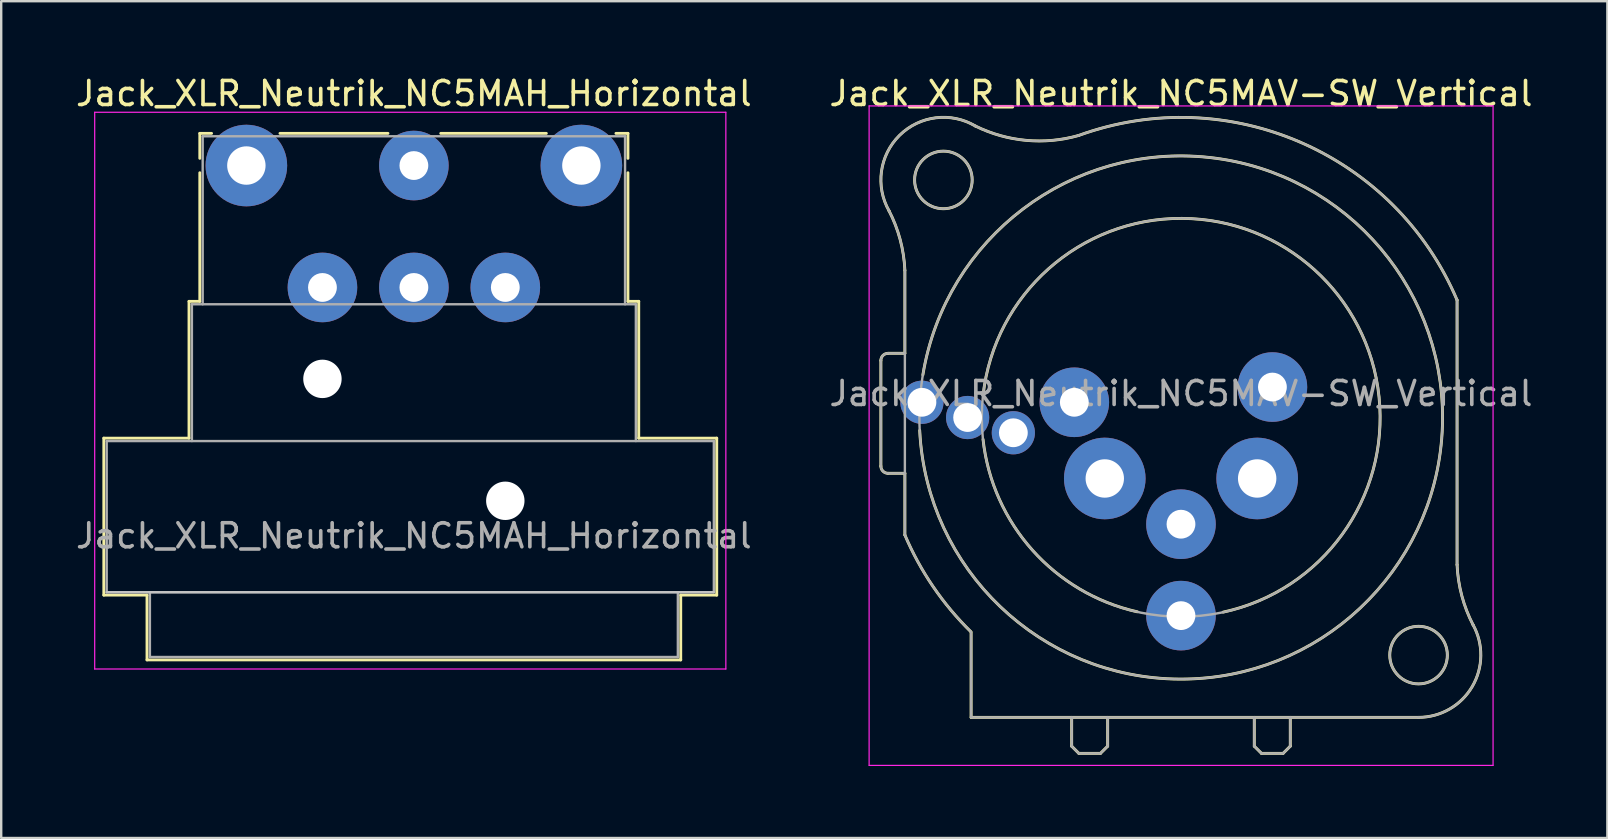
<source format=kicad_pcb>
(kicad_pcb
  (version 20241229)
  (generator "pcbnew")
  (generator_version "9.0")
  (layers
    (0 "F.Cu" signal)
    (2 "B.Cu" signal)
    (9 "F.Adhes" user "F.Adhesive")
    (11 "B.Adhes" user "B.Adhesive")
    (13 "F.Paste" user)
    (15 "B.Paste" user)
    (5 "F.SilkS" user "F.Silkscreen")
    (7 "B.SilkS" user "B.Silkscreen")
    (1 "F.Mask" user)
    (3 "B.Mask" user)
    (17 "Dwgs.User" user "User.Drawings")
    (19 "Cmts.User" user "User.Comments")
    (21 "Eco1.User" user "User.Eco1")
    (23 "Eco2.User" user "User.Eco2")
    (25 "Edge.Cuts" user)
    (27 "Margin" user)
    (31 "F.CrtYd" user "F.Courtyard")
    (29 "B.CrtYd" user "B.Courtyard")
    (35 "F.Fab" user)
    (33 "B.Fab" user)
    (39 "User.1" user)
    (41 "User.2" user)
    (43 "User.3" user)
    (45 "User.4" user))
  (footprint "Jack_XLR_Neutrik_NC5MAV-SW_Vertical"
    (layer "F.Cu")
    (at 41.716 13.713)
    (property "Reference" "Jack_XLR_Neutrik_NC5MAV-SW_Vertical" (at 4.445 -12.865 0) (layer "F.SilkS") (effects (font (size 1 1) (thickness 0.15))))
    (attr through_hole)
    (fp_line (start -8.06 -1.74) (end -8.06 2.66) (stroke (width 0.12) (type solid)) (layer "F.SilkS"))
    (fp_line (start -7.76 2.96) (end -7.06 2.96) (stroke (width 0.12) (type solid)) (layer "F.SilkS"))
    (fp_line (start -7.06 -5.5) (end -7.06 -2.04) (stroke (width 0.12) (type solid)) (layer "F.SilkS"))
    (fp_line (start -7.06 -2.04) (end -7.76 -2.04) (stroke (width 0.12) (type solid)) (layer "F.SilkS"))
    (fp_line (start -7.06 2.96) (end -7.06 5.53) (stroke (width 0.12) (type solid)) (layer "F.SilkS"))
    (fp_line (start -4.3 9.58) (end -4.3 13.13) (stroke (width 0.12) (type solid)) (layer "F.SilkS"))
    (fp_line (start -0.11 13.13) (end -0.11 14.33) (stroke (width 0.12) (type solid)) (layer "F.SilkS"))
    (fp_line (start -0.11 14.33) (end 0.19 14.63) (stroke (width 0.12) (type solid)) (layer "F.SilkS"))
    (fp_line (start 0.19 14.63) (end 1.09 14.63) (stroke (width 0.12) (type solid)) (layer "F.SilkS"))
    (fp_line (start 1.39 13.13) (end 1.39 14.33) (stroke (width 0.12) (type solid)) (layer "F.SilkS"))
    (fp_line (start 1.39 14.33) (end 1.09 14.63) (stroke (width 0.12) (type solid)) (layer "F.SilkS"))
    (fp_line (start 7.5 13.13) (end 7.5 14.33) (stroke (width 0.12) (type solid)) (layer "F.SilkS"))
    (fp_line (start 7.5 14.33) (end 7.8 14.63) (stroke (width 0.12) (type solid)) (layer "F.SilkS"))
    (fp_line (start 8.7 14.63) (end 7.8 14.63) (stroke (width 0.12) (type solid)) (layer "F.SilkS"))
    (fp_line (start 9 13.13) (end 9 14.33) (stroke (width 0.12) (type solid)) (layer "F.SilkS"))
    (fp_line (start 9 14.33) (end 8.7 14.63) (stroke (width 0.12) (type solid)) (layer "F.SilkS"))
    (fp_line (start 14.34 13.13) (end -4.3 13.13) (stroke (width 0.12) (type solid)) (layer "F.SilkS"))
    (fp_line (start 15.95 6.77) (end 15.95 -4.26) (stroke (width 0.12) (type solid)) (layer "F.SilkS"))
    (fp_arc (start -8.06 -1.74) (mid -7.972132 -1.952132) (end -7.76 -2.04) (stroke (width 0.12) (type solid)) (layer "F.SilkS"))
    (fp_arc (start -7.76 2.96) (mid -7.972132 2.872132) (end -8.06 2.66) (stroke (width 0.12) (type solid)) (layer "F.SilkS"))
    (fp_arc (start -7.723487 -7.985205) (mid -7.256205 -6.778788) (end -7.06 -5.5) (stroke (width 0.12) (type solid)) (layer "F.SilkS"))
    (fp_arc (start -7.715328 -7.969927) (mid -7.280775 -11.124351) (end -4.12 -11.51) (stroke (width 0.12) (type solid)) (layer "F.SilkS"))
    (fp_arc (start -6.31 -1.14) (mid 15.327723 1.25708) (end -6.442209 1.172885) (stroke (width 0.12) (type solid)) (layer "F.SilkS"))
    (fp_arc (start -4.310999 9.560163) (mid -5.883968 7.680458) (end -7.06 5.53) (stroke (width 0.12) (type solid)) (layer "F.SilkS"))
    (fp_arc (start -3.8 -0.3) (mid 10.010227 -5.519876) (end 6.202812 8.744522) (stroke (width 0.12) (type solid)) (layer "F.SilkS"))
    (fp_arc (start 0.17934 -11.11788) (mid 9.430944 -10.83088) (end 15.95 -4.26) (stroke (width 0.12) (type solid)) (layer "F.SilkS"))
    (fp_arc (start 0.179944 -11.117415) (mid -2.006497 -10.914263) (end -4.12 -11.51) (stroke (width 0.12) (type solid)) (layer "F.SilkS"))
    (fp_arc (start 2.62 8.73) (mid -1.741551 6.165482) (end -3.803135 1.544903) (stroke (width 0.12) (type solid)) (layer "F.SilkS"))
    (fp_arc (start 16.614011 9.269495) (mid 16.580236 11.8496) (end 14.34 13.13) (stroke (width 0.12) (type solid)) (layer "F.SilkS"))
    (fp_arc (start 16.619064 9.280467) (mid 16.147616 8.061723) (end 15.95 6.77) (stroke (width 0.12) (type solid)) (layer "F.SilkS"))
    (fp_circle (center -5.455 -9.265) (end -4.255 -9.265) (stroke (width 0.12) (type solid)) (fill no) (layer "F.SilkS"))
    (fp_circle (center 14.345 10.535) (end 15.545 10.535) (stroke (width 0.12) (type solid)) (fill no) (layer "F.SilkS"))
    (fp_line (start -8.55 -12.35) (end 17.45 -12.35) (stroke (width 0.05) (type solid)) (layer "F.CrtYd"))
    (fp_line (start -8.55 15.13) (end -8.55 -12.35) (stroke (width 0.05) (type solid)) (layer "F.CrtYd"))
    (fp_line (start 17.45 -12.35) (end 17.45 15.13) (stroke (width 0.05) (type solid)) (layer "F.CrtYd"))
    (fp_line (start 17.45 15.13) (end -8.55 15.13) (stroke (width 0.05) (type solid)) (layer "F.CrtYd"))
    (fp_line (start -8.06 -1.74) (end -8.06 2.66) (stroke (width 0.1) (type solid)) (layer "F.Fab"))
    (fp_line (start -7.76 2.96) (end -7.06 2.96) (stroke (width 0.1) (type solid)) (layer "F.Fab"))
    (fp_line (start -7.06 -5.5) (end -7.06 5.53) (stroke (width 0.1) (type solid)) (layer "F.Fab"))
    (fp_line (start -7.06 -2.04) (end -7.76 -2.04) (stroke (width 0.1) (type solid)) (layer "F.Fab"))
    (fp_line (start -4.3 9.58) (end -4.3 13.13) (stroke (width 0.1) (type solid)) (layer "F.Fab"))
    (fp_line (start -0.11 13.13) (end -0.11 14.33) (stroke (width 0.1) (type solid)) (layer "F.Fab"))
    (fp_line (start -0.11 14.33) (end 0.19 14.63) (stroke (width 0.1) (type solid)) (layer "F.Fab"))
    (fp_line (start 0.19 14.63) (end 1.09 14.63) (stroke (width 0.1) (type solid)) (layer "F.Fab"))
    (fp_line (start 1.39 13.13) (end 1.39 14.33) (stroke (width 0.1) (type solid)) (layer "F.Fab"))
    (fp_line (start 1.39 14.33) (end 1.09 14.63) (stroke (width 0.1) (type solid)) (layer "F.Fab"))
    (fp_line (start 7.5 13.13) (end 7.5 14.33) (stroke (width 0.1) (type solid)) (layer "F.Fab"))
    (fp_line (start 7.5 14.33) (end 7.8 14.63) (stroke (width 0.1) (type solid)) (layer "F.Fab"))
    (fp_line (start 8.7 14.63) (end 7.8 14.63) (stroke (width 0.1) (type solid)) (layer "F.Fab"))
    (fp_line (start 9 13.13) (end 9 14.33) (stroke (width 0.1) (type solid)) (layer "F.Fab"))
    (fp_line (start 9 14.33) (end 8.7 14.63) (stroke (width 0.1) (type solid)) (layer "F.Fab"))
    (fp_line (start 14.34 13.13) (end -4.3 13.13) (stroke (width 0.1) (type solid)) (layer "F.Fab"))
    (fp_line (start 15.95 6.77) (end 15.95 -4.26) (stroke (width 0.1) (type solid)) (layer "F.Fab"))
    (fp_arc (start -8.06 -1.74) (mid -7.972132 -1.952132) (end -7.76 -2.04) (stroke (width 0.1) (type solid)) (layer "F.Fab"))
    (fp_arc (start -7.76 2.96) (mid -7.972132 2.872132) (end -8.06 2.66) (stroke (width 0.1) (type solid)) (layer "F.Fab"))
    (fp_arc (start -7.723487 -7.985205) (mid -7.256205 -6.778788) (end -7.06 -5.5) (stroke (width 0.1) (type solid)) (layer "F.Fab"))
    (fp_arc (start -7.715328 -7.969927) (mid -7.280775 -11.124351) (end -4.12 -11.51) (stroke (width 0.1) (type solid)) (layer "F.Fab"))
    (fp_arc (start -4.310999 9.560163) (mid -5.883968 7.680458) (end -7.06 5.53) (stroke (width 0.1) (type solid)) (layer "F.Fab"))
    (fp_arc (start 0.17934 -11.11788) (mid 9.430944 -10.83088) (end 15.95 -4.26) (stroke (width 0.1) (type solid)) (layer "F.Fab"))
    (fp_arc (start 0.179944 -11.117415) (mid -2.006497 -10.914263) (end -4.12 -11.51) (stroke (width 0.1) (type solid)) (layer "F.Fab"))
    (fp_arc (start 16.614011 9.269495) (mid 16.580236 11.8496) (end 14.34 13.13) (stroke (width 0.1) (type solid)) (layer "F.Fab"))
    (fp_arc (start 16.619064 9.280467) (mid 16.147616 8.061723) (end 15.95 6.77) (stroke (width 0.1) (type solid)) (layer "F.Fab"))
    (fp_circle (center -5.455 -9.265) (end -4.255 -9.265) (stroke (width 0.1) (type solid)) (fill no) (layer "F.Fab"))
    (fp_circle (center 4.445 0.635) (end 12.745 0.635) (stroke (width 0.1) (type solid)) (fill no) (layer "F.Fab"))
    (fp_circle (center 4.445 0.635) (end 15.345 0.635) (stroke (width 0.1) (type solid)) (fill no) (layer "F.Fab"))
    (fp_circle (center 14.345 10.535) (end 15.545 10.535) (stroke (width 0.1) (type solid)) (fill no) (layer "F.Fab"))
    (fp_text user "${REFERENCE}" (at 4.445 -0.365 0) (layer "F.Fab") (effects (font (size 1 1) (thickness 0.15))))
    (pad "1" thru_hole circle (at 0 0) (size 2.9 2.9) (drill 1.2) (layers "*.Cu" "*.Mask"))
    (pad "2" thru_hole circle (at 1.27 3.175) (size 3.4 3.4) (drill 1.6) (layers "*.Cu" "*.Mask"))
    (pad "3" thru_hole circle (at 4.445 5.08) (size 2.9 2.9) (drill 1.2) (layers "*.Cu" "*.Mask"))
    (pad "4" thru_hole circle (at 7.62 3.175) (size 3.4 3.4) (drill 1.6) (layers "*.Cu" "*.Mask"))
    (pad "5" thru_hole circle (at 8.255 -0.635) (size 2.9 2.9) (drill 1.2) (layers "*.Cu" "*.Mask"))
    (pad "G" thru_hole circle (at 4.445 8.89) (size 2.9 2.9) (drill 1.2) (layers "*.Cu" "*.Mask"))
    (pad "N" thru_hole circle (at -4.445 0.635) (size 1.8 1.8) (drill 1.2) (layers "*.Cu" "*.Mask"))
    (pad "NC" thru_hole circle (at -2.54 1.27) (size 1.8 1.8) (drill 1.2) (layers "*.Cu" "*.Mask"))
    (pad "NO" thru_hole circle (at -6.35 0) (size 1.8 1.8) (drill 1.2) (layers "*.Cu" "*.Mask")))
  (footprint "Jack_XLR_Neutrik_NC5MAH_Horizontal"
    (layer "F.Cu")
    (at 7.216 3.848)
    (property "Reference" "Jack_XLR_Neutrik_NC5MAH_Horizontal" (at 6.98 -3 0) (layer "F.SilkS") (effects (font (size 1 1) (thickness 0.15))))
    (attr through_hole)
    (fp_line (start -5.94 11.36) (end -2.39 11.36) (stroke (width 0.12) (type solid)) (layer "F.SilkS"))
    (fp_line (start -5.94 17.9) (end -5.94 11.36) (stroke (width 0.12) (type solid)) (layer "F.SilkS"))
    (fp_line (start -4.14 17.9) (end -5.94 17.9) (stroke (width 0.12) (type solid)) (layer "F.SilkS"))
    (fp_line (start -4.14 17.9) (end -4.14 20.6) (stroke (width 0.12) (type solid)) (layer "F.SilkS"))
    (fp_line (start -2.39 11.36) (end -2.39 5.66) (stroke (width 0.12) (type solid)) (layer "F.SilkS"))
    (fp_line (start -1.94 -1.34) (end -1.94 -0.3) (stroke (width 0.12) (type solid)) (layer "F.SilkS"))
    (fp_line (start -1.94 -1.34) (end -1.45 -1.34) (stroke (width 0.12) (type solid)) (layer "F.SilkS"))
    (fp_line (start -1.94 5.66) (end -2.39 5.66) (stroke (width 0.12) (type solid)) (layer "F.SilkS"))
    (fp_line (start -1.94 5.66) (end -1.94 0.3) (stroke (width 0.12) (type solid)) (layer "F.SilkS"))
    (fp_line (start 5.9 -1.34) (end 1.4 -1.34) (stroke (width 0.12) (type solid)) (layer "F.SilkS"))
    (fp_line (start 12.5 -1.34) (end 8.1 -1.34) (stroke (width 0.12) (type solid)) (layer "F.SilkS"))
    (fp_line (start 15.4 -1.34) (end 15.9 -1.34) (stroke (width 0.12) (type solid)) (layer "F.SilkS"))
    (fp_line (start 15.9 -1.34) (end 15.9 -0.3) (stroke (width 0.12) (type solid)) (layer "F.SilkS"))
    (fp_line (start 15.9 5.66) (end 15.9 0.3) (stroke (width 0.12) (type solid)) (layer "F.SilkS"))
    (fp_line (start 15.9 5.66) (end 16.35 5.66) (stroke (width 0.12) (type solid)) (layer "F.SilkS"))
    (fp_line (start 16.35 11.36) (end 16.35 5.66) (stroke (width 0.12) (type solid)) (layer "F.SilkS"))
    (fp_line (start 16.35 11.36) (end 19.6 11.36) (stroke (width 0.12) (type solid)) (layer "F.SilkS"))
    (fp_line (start 18.1 17.9) (end 18.1 20.6) (stroke (width 0.12) (type solid)) (layer "F.SilkS"))
    (fp_line (start 18.1 20.6) (end -4.14 20.6) (stroke (width 0.12) (type solid)) (layer "F.SilkS"))
    (fp_line (start 19.6 17.9) (end 18.1 17.9) (stroke (width 0.12) (type solid)) (layer "F.SilkS"))
    (fp_line (start 19.6 17.9) (end 19.6 11.36) (stroke (width 0.12) (type solid)) (layer "F.SilkS"))
    (fp_line (start 19.48 17.78) (end -5.82 17.78) (stroke (width 0.1) (type solid)) (layer "Dwgs.User"))
    (fp_line (start -6.32 20.98) (end -6.32 -2.22) (stroke (width 0.05) (type solid)) (layer "F.CrtYd"))
    (fp_line (start 19.98 -2.22) (end -6.32 -2.22) (stroke (width 0.05) (type solid)) (layer "F.CrtYd"))
    (fp_line (start 19.98 20.98) (end -6.32 20.98) (stroke (width 0.05) (type solid)) (layer "F.CrtYd"))
    (fp_line (start 19.98 20.98) (end 19.98 -2.22) (stroke (width 0.05) (type solid)) (layer "F.CrtYd"))
    (fp_line (start -5.82 11.48) (end 19.48 11.48) (stroke (width 0.1) (type solid)) (layer "F.Fab"))
    (fp_line (start -5.82 17.78) (end -5.82 11.48) (stroke (width 0.1) (type solid)) (layer "F.Fab"))
    (fp_line (start -4.02 20.48) (end -4.02 17.78) (stroke (width 0.1) (type solid)) (layer "F.Fab"))
    (fp_line (start -2.27 5.78) (end -2.27 11.48) (stroke (width 0.1) (type solid)) (layer "F.Fab"))
    (fp_line (start -2.27 5.78) (end 16.23 5.78) (stroke (width 0.1) (type solid)) (layer "F.Fab"))
    (fp_line (start -1.82 5.78) (end -1.82 -1.22) (stroke (width 0.1) (type solid)) (layer "F.Fab"))
    (fp_line (start 15.78 -1.22) (end -1.82 -1.22) (stroke (width 0.1) (type solid)) (layer "F.Fab"))
    (fp_line (start 15.78 5.78) (end 15.78 -1.22) (stroke (width 0.1) (type solid)) (layer "F.Fab"))
    (fp_line (start 16.23 11.48) (end 16.23 5.78) (stroke (width 0.1) (type solid)) (layer "F.Fab"))
    (fp_line (start 17.98 17.78) (end 17.98 20.48) (stroke (width 0.1) (type solid)) (layer "F.Fab"))
    (fp_line (start 17.98 20.48) (end -4.02 20.48) (stroke (width 0.1) (type solid)) (layer "F.Fab"))
    (fp_line (start 19.48 11.48) (end 19.48 17.78) (stroke (width 0.1) (type solid)) (layer "F.Fab"))
    (fp_line (start 19.48 17.78) (end -5.82 17.78) (stroke (width 0.1) (type solid)) (layer "F.Fab"))
    (fp_text user "${REFERENCE}" (at 6.98 15.43 0) (layer "F.Fab") (effects (font (size 1 1) (thickness 0.15))))
    (pad "" np_thru_hole circle (at 3.17 8.89) (size 1.6 1.6) (drill 1.6) (layers "*.Cu" "*.Mask"))
    (pad "" np_thru_hole circle (at 10.79 13.97) (size 1.6 1.6) (drill 1.6) (layers "*.Cu" "*.Mask"))
    (pad "1" thru_hole circle (at 0 0) (size 3.4 3.4) (drill 1.6) (layers "*.Cu" "*.Mask"))
    (pad "2" thru_hole circle (at 3.17 5.08) (size 2.9 2.9) (drill 1.2) (layers "*.Cu" "*.Mask"))
    (pad "3" thru_hole circle (at 6.98 0) (size 2.9 2.9) (drill 1.2) (layers "*.Cu" "*.Mask"))
    (pad "4" thru_hole circle (at 10.79 5.08) (size 2.9 2.9) (drill 1.2) (layers "*.Cu" "*.Mask"))
    (pad "5" thru_hole circle (at 13.96 0) (size 3.4 3.4) (drill 1.6) (layers "*.Cu" "*.Mask"))
    (pad "G" thru_hole circle (at 6.98 5.08) (size 2.9 2.9) (drill 1.2) (layers "*.Cu" "*.Mask")))
  (gr_rect
    (start -3 -3)
    (end 63.929 31.868)
    (stroke (width 0.1) (type default))
    (fill no)
    (layer "Edge.Cuts")))
</source>
